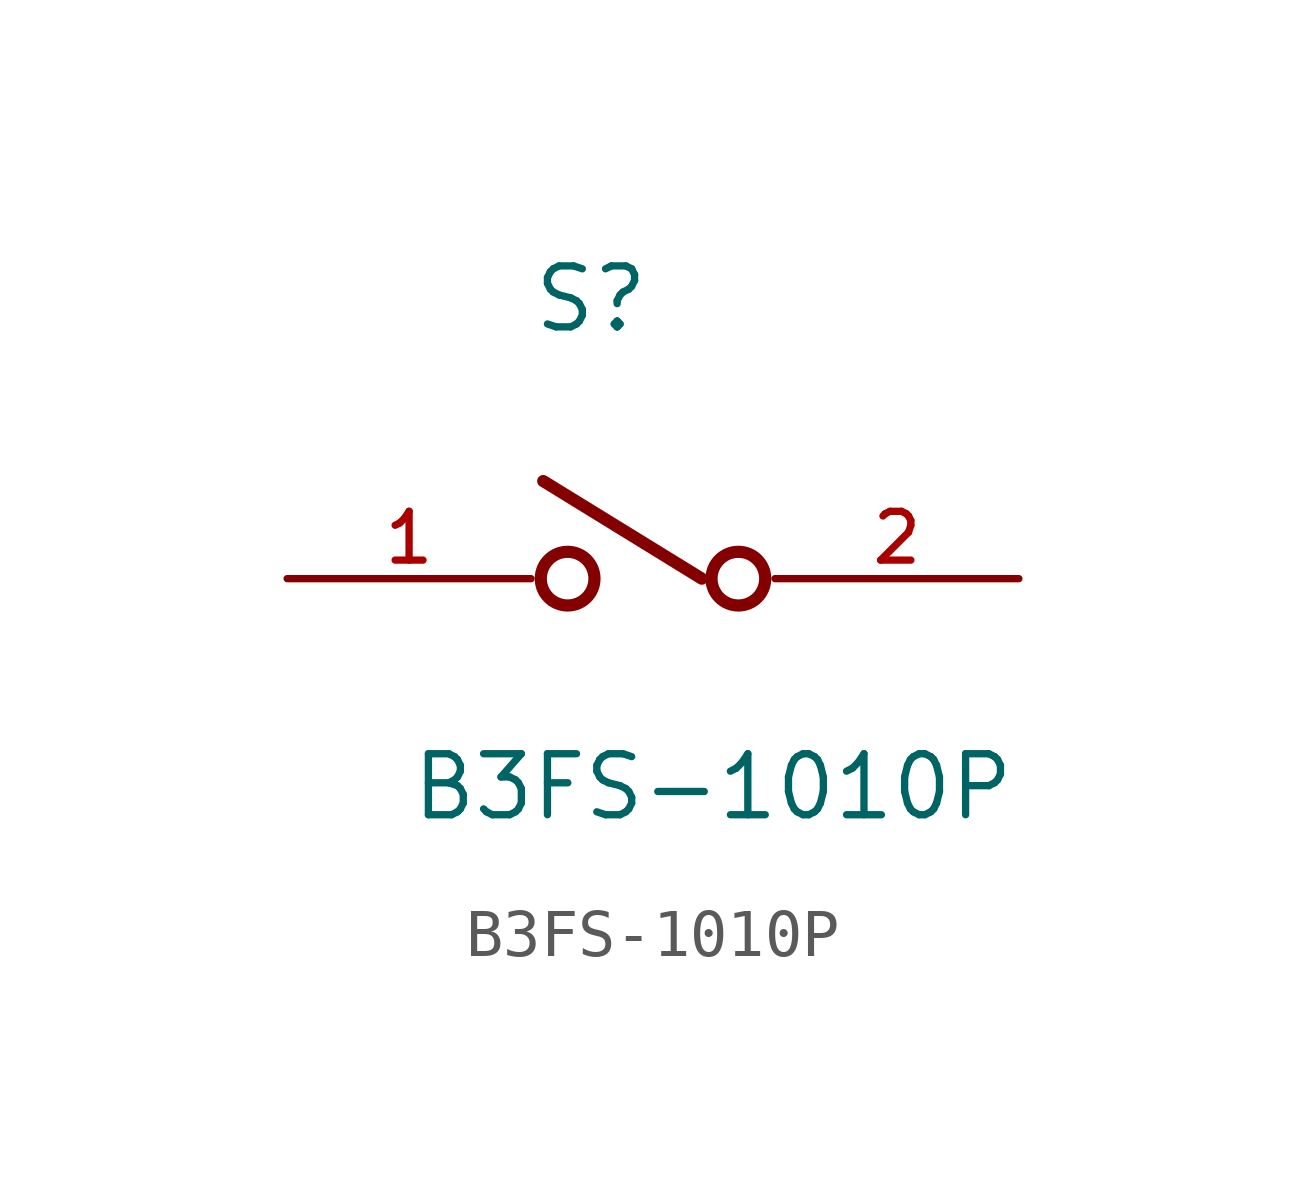
<source format=kicad_sym>
(kicad_symbol_lib
  (version 20211014)
  (generator kicad_symbol_editor)
  (symbol "B3FS-1010P"
    (pin_names
      (offset 1.016) hide)
    (property "Reference" "S"
      (at -2.54 5.08 0)
      (effects (font (size 1.27 1.27)) (justify left bottom)))
    (property "Value" "B3FS-1010P"
      (at -5.08 -5.08 0)
      (effects (font (size 1.27 1.27)) (justify left bottom)))
    (symbol "B3FS-1010P_0_0"
      (circle (center -1.778 0) (radius 0.559) (stroke (width 0.254) (type default) (color 0 0 0 0)) (fill (type none)))
      (polyline (pts (xy 1.016 0) (xy -2.286 2.032)) (stroke (width 0.254) (type default) (color 0 0 0 0)) (fill (type none)))
      (circle (center 1.778 0) (radius 0.559) (stroke (width 0.254) (type default) (color 0 0 0 0)) (fill (type none)))
      (pin passive line (at -7.62 0 0) (length 5.08) (name "~" (effects (font (size 1.016 1.016)))) (number "1" (effects (font (size 1.016 1.016)))))
      (pin passive line (at 7.62 0 180) (length 5.08) (name "~" (effects (font (size 1.016 1.016)))) (number "2" (effects (font (size 1.016 1.016))))))))
</source>
